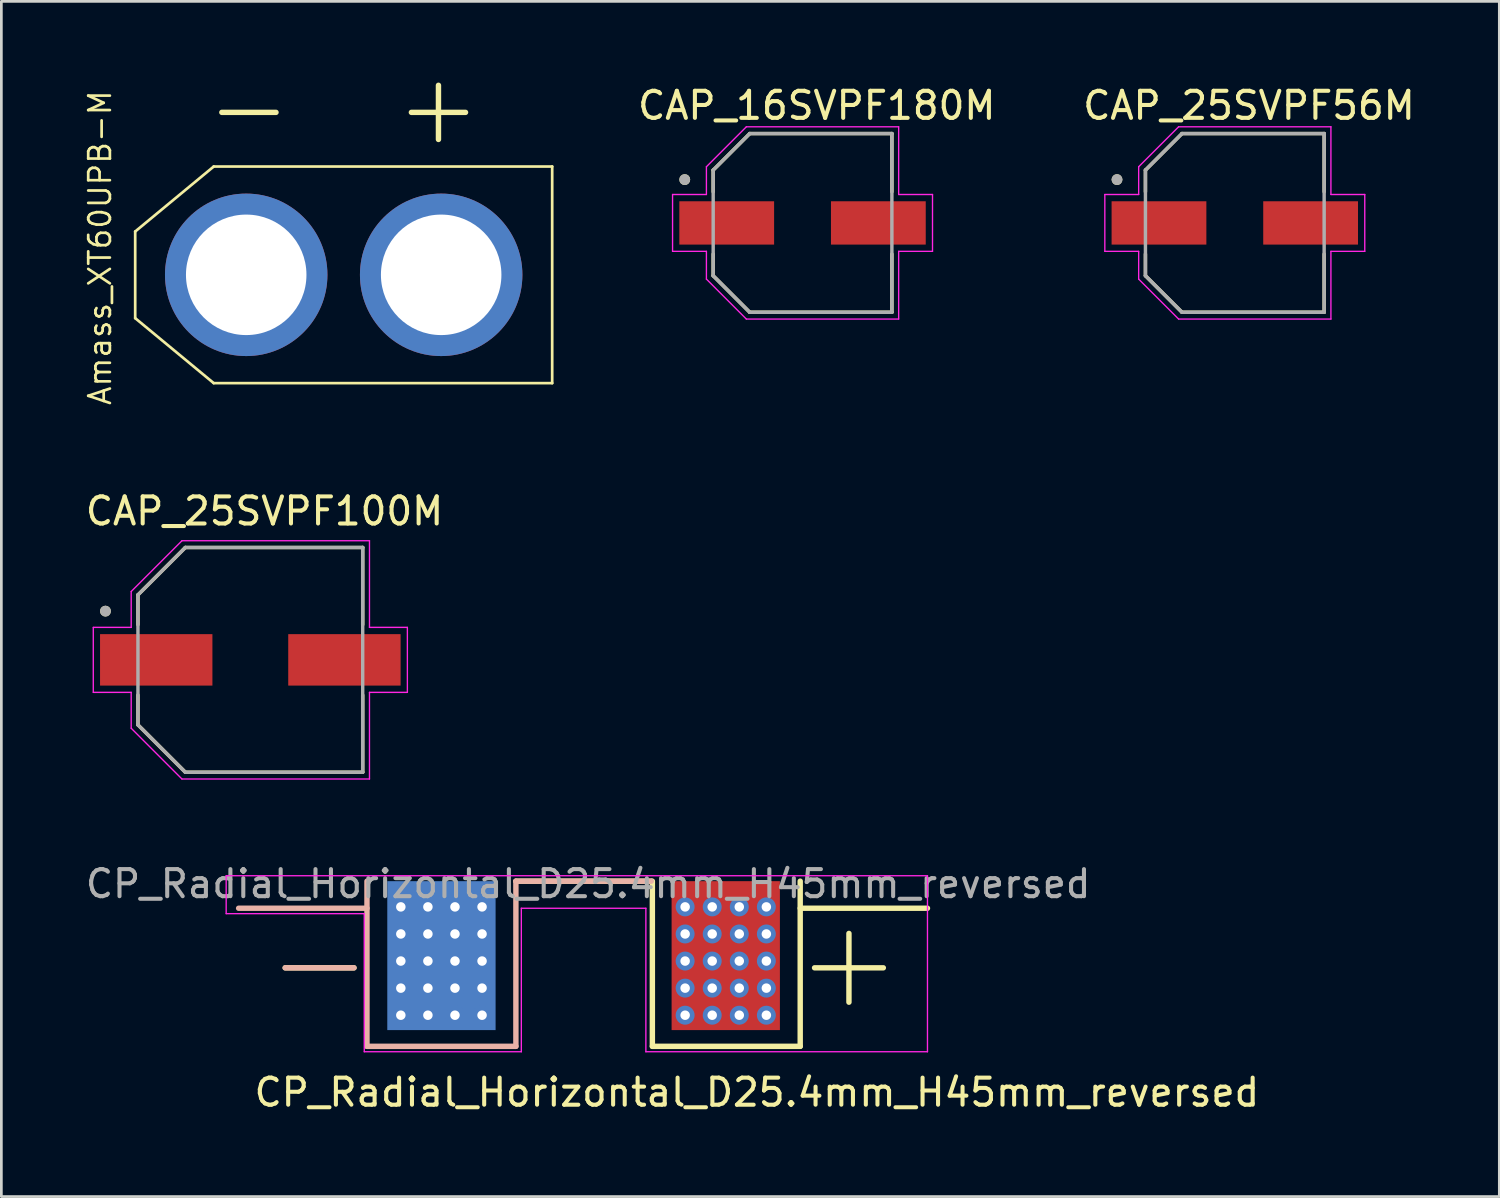
<source format=kicad_pcb>
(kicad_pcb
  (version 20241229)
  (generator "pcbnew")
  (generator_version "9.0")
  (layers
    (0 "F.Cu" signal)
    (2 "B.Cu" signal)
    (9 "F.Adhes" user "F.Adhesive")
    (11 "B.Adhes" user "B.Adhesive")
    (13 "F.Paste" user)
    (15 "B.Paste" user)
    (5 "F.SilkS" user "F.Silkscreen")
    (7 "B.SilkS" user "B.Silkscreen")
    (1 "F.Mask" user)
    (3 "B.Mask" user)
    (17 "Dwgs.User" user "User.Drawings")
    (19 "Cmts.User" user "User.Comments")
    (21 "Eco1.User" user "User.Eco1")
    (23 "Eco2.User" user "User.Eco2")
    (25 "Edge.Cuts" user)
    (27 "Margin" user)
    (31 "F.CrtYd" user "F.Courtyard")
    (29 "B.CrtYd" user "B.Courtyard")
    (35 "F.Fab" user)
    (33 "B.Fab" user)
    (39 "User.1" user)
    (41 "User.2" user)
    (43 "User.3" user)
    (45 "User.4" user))
  (footprint "Amass_XT60UPB-M"
    (layer "F.Cu")
    (at 9.643 7.1)
    (property "Reference" "Amass_XT60UPB-M" (at -9 -1 90) (layer "F.SilkS") (effects (font (size 0.8 0.8) (thickness 0.1))))
    (attr through_hole)
    (fp_line (start -7.7 -1.6) (end -7.7 1.6) (stroke (width 0.1) (type default)) (layer "F.SilkS"))
    (fp_line (start -4.8 -4) (end -7.7 -1.6) (stroke (width 0.1) (type default)) (layer "F.SilkS"))
    (fp_line (start -4.8 4) (end -7.7 1.6) (stroke (width 0.1) (type default)) (layer "F.SilkS"))
    (fp_line (start -4.5 -6) (end -2.5 -6) (stroke (width 0.2) (type solid)) (layer "F.SilkS"))
    (fp_line (start 2.5 -6) (end 4.5 -6) (stroke (width 0.2) (type solid)) (layer "F.SilkS"))
    (fp_line (start 3.5 -7) (end 3.5 -5) (stroke (width 0.2) (type solid)) (layer "F.SilkS"))
    (fp_line (start 7.7 -4) (end -4.8 -4) (stroke (width 0.1) (type default)) (layer "F.SilkS"))
    (fp_line (start 7.7 -4) (end 7.7 4) (stroke (width 0.1) (type default)) (layer "F.SilkS"))
    (fp_line (start 7.7 4) (end -4.8 4) (stroke (width 0.1) (type default)) (layer "F.SilkS"))
    (pad "1" thru_hole circle (at -3.6 0) (size 6 6) (drill 4.45) (layers "*.Cu" "*.Mask"))
    (pad "2" thru_hole circle (at 3.6 0) (size 6 6) (drill 4.45) (layers "*.Cu" "*.Mask")))
  (footprint "CP_Radial_Horizontal_D25.4mm_H45mm_reversed"
    (layer "F.Cu")
    (at 18.503 29.293)
    (property "Reference" "CP_Radial_Horizontal_D25.4mm_H45mm_reversed" (at 6.4 8 0) (layer "F.SilkS") (effects (font (size 1 1) (thickness 0.15))))
    (attr through_hole)
    (fp_line (start -11.02 3.4) (end -8.48 3.4) (stroke (width 0.2) (type default)) (layer "F.SilkS"))
    (fp_line (start 0 0.2) (end -2.5 0.2) (stroke (width 0.2) (type default)) (layer "F.SilkS"))
    (fp_line (start 2.5 0.2) (end 0 0.2) (stroke (width 0.2) (type default)) (layer "F.SilkS"))
    (fp_line (start 2.54 0.2) (end 2.54 6.3) (stroke (width 0.2) (type default)) (layer "F.SilkS"))
    (fp_line (start 8 0.2) (end 8 6.3) (stroke (width 0.2) (type default)) (layer "F.SilkS"))
    (fp_line (start 8 6.3) (end 2.54 6.3) (stroke (width 0.2) (type default)) (layer "F.SilkS"))
    (fp_line (start 9.8 2.13) (end 9.8 4.67) (stroke (width 0.2) (type default)) (layer "F.SilkS"))
    (fp_line (start 11.07 3.4) (end 8.53 3.4) (stroke (width 0.2) (type default)) (layer "F.SilkS"))
    (fp_line (start 12.7 1.2) (end 8 1.2) (stroke (width 0.2) (type default)) (layer "F.SilkS"))
    (fp_line (start -11.02 3.4) (end -8.48 3.4) (stroke (width 0.2) (type default)) (layer "B.SilkS"))
    (fp_line (start -8 0.2) (end -8 6.3) (stroke (width 0.2) (type default)) (layer "B.SilkS"))
    (fp_line (start -8 1.2) (end -12.74 1.2) (stroke (width 0.2) (type default)) (layer "B.SilkS"))
    (fp_line (start -2.5 0.2) (end -2.5 6.3) (stroke (width 0.2) (type default)) (layer "B.SilkS"))
    (fp_line (start -2.5 6.3) (end -8 6.3) (stroke (width 0.2) (type default)) (layer "B.SilkS"))
    (fp_line (start 0 0.2) (end -2.5 0.2) (stroke (width 0.2) (type default)) (layer "B.SilkS"))
    (fp_line (start 0 0.2) (end 2.5 0.2) (stroke (width 0.2) (type default)) (layer "B.SilkS"))
    (fp_line (start -13.2 0) (end 12.7 0) (stroke (width 0.05) (type default)) (layer "F.CrtYd"))
    (fp_line (start -13.2 1.4) (end -13.2 0) (stroke (width 0.05) (type default)) (layer "F.CrtYd"))
    (fp_line (start -13.2 1.4) (end -8.1 1.4) (stroke (width 0.05) (type default)) (layer "F.CrtYd"))
    (fp_line (start -8.1 6.5) (end -8.1 1.4) (stroke (width 0.05) (type default)) (layer "F.CrtYd"))
    (fp_line (start -2.3 1.2) (end 2.3 1.2) (stroke (width 0.05) (type default)) (layer "F.CrtYd"))
    (fp_line (start -2.3 6.5) (end -8.1 6.5) (stroke (width 0.05) (type default)) (layer "F.CrtYd"))
    (fp_line (start -2.3 6.5) (end -2.3 1.2) (stroke (width 0.05) (type default)) (layer "F.CrtYd"))
    (fp_line (start 2.3 6.5) (end 2.3 1.2) (stroke (width 0.05) (type default)) (layer "F.CrtYd"))
    (fp_line (start 12.7 0) (end 12.7 6.5) (stroke (width 0.05) (type default)) (layer "F.CrtYd"))
    (fp_line (start 12.7 6.5) (end 2.3 6.5) (stroke (width 0.05) (type default)) (layer "F.CrtYd"))
    (fp_line (start -8.2 0) (end -8.2 1) (stroke (width 0.1) (type default)) (layer "User.1"))
    (fp_line (start -8.2 1) (end -13.4 1) (stroke (width 0.1) (type default)) (layer "User.1"))
    (fp_line (start 8.2 0) (end -8.2 0) (stroke (width 0.1) (type default)) (layer "User.1"))
    (fp_line (start 8.2 0) (end 8.2 1) (stroke (width 0.1) (type default)) (layer "User.1"))
    (fp_line (start 13.4 1) (end 8.2 1) (stroke (width 0.1) (type default)) (layer "User.1"))
    (fp_text user "${REFERENCE}" (at 0.17 0.3 0) (layer "F.Fab") (effects (font (size 1 1) (thickness 0.15))))
    (pad "1" thru_hole circle (at 3.75 1.15) (size 0.7 0.7) (drill 0.35) (property pad_prop_heatsink) (layers "*.Cu"))
    (pad "1" thru_hole circle (at 3.75 2.15) (size 0.7 0.7) (drill 0.35) (property pad_prop_heatsink) (layers "*.Cu"))
    (pad "1" thru_hole circle (at 3.75 3.15) (size 0.7 0.7) (drill 0.35) (property pad_prop_heatsink) (layers "*.Cu"))
    (pad "1" thru_hole circle (at 3.75 4.15) (size 0.7 0.7) (drill 0.35) (property pad_prop_heatsink) (layers "*.Cu"))
    (pad "1" thru_hole circle (at 3.75 5.15) (size 0.7 0.7) (drill 0.35) (property pad_prop_heatsink) (layers "*.Cu"))
    (pad "1" thru_hole circle (at 4.75 1.15) (size 0.7 0.7) (drill 0.35) (property pad_prop_heatsink) (layers "*.Cu"))
    (pad "1" thru_hole circle (at 4.75 2.15) (size 0.7 0.7) (drill 0.35) (property pad_prop_heatsink) (layers "*.Cu"))
    (pad "1" thru_hole circle (at 4.75 3.15) (size 0.7 0.7) (drill 0.35) (property pad_prop_heatsink) (layers "*.Cu"))
    (pad "1" thru_hole circle (at 4.75 4.15) (size 0.7 0.7) (drill 0.35) (property pad_prop_heatsink) (layers "*.Cu"))
    (pad "1" thru_hole circle (at 4.75 5.15) (size 0.7 0.7) (drill 0.35) (property pad_prop_heatsink) (layers "*.Cu"))
    (pad "1" connect rect (at 5.25 2.95) (size 4 5.5) (layers "F.Cu" "F.Mask"))
    (pad "1" thru_hole circle (at 5.75 1.15) (size 0.7 0.7) (drill 0.35) (property pad_prop_heatsink) (layers "*.Cu"))
    (pad "1" thru_hole circle (at 5.75 2.15) (size 0.7 0.7) (drill 0.35) (property pad_prop_heatsink) (layers "*.Cu"))
    (pad "1" thru_hole circle (at 5.75 3.15) (size 0.7 0.7) (drill 0.35) (property pad_prop_heatsink) (layers "*.Cu"))
    (pad "1" thru_hole circle (at 5.75 4.15) (size 0.7 0.7) (drill 0.35) (property pad_prop_heatsink) (layers "*.Cu"))
    (pad "1" thru_hole circle (at 5.75 5.15) (size 0.7 0.7) (drill 0.35) (property pad_prop_heatsink) (layers "*.Cu"))
    (pad "1" thru_hole circle (at 6.75 1.15) (size 0.7 0.7) (drill 0.35) (property pad_prop_heatsink) (layers "*.Cu"))
    (pad "1" thru_hole circle (at 6.75 2.15) (size 0.7 0.7) (drill 0.35) (property pad_prop_heatsink) (layers "*.Cu"))
    (pad "1" thru_hole circle (at 6.75 3.15) (size 0.7 0.7) (drill 0.35) (property pad_prop_heatsink) (layers "*.Cu"))
    (pad "1" thru_hole circle (at 6.75 4.15) (size 0.7 0.7) (drill 0.35) (property pad_prop_heatsink) (layers "*.Cu"))
    (pad "1" thru_hole circle (at 6.75 5.15) (size 0.7 0.7) (drill 0.35) (property pad_prop_heatsink) (layers "*.Cu"))
    (pad "2" thru_hole circle (at -6.75 1.15) (size 0.7 0.7) (drill 0.35) (property pad_prop_heatsink) (layers "*.Cu"))
    (pad "2" thru_hole circle (at -6.75 2.15) (size 0.7 0.7) (drill 0.35) (property pad_prop_heatsink) (layers "*.Cu"))
    (pad "2" thru_hole circle (at -6.75 3.15) (size 0.7 0.7) (drill 0.35) (property pad_prop_heatsink) (layers "*.Cu"))
    (pad "2" thru_hole circle (at -6.75 4.15) (size 0.7 0.7) (drill 0.35) (property pad_prop_heatsink) (layers "*.Cu"))
    (pad "2" thru_hole circle (at -6.75 5.15) (size 0.7 0.7) (drill 0.35) (property pad_prop_heatsink) (layers "*.Cu"))
    (pad "2" thru_hole circle (at -5.75 1.15) (size 0.7 0.7) (drill 0.35) (property pad_prop_heatsink) (layers "*.Cu"))
    (pad "2" thru_hole circle (at -5.75 2.15) (size 0.7 0.7) (drill 0.35) (property pad_prop_heatsink) (layers "*.Cu"))
    (pad "2" thru_hole circle (at -5.75 3.15) (size 0.7 0.7) (drill 0.35) (property pad_prop_heatsink) (layers "*.Cu"))
    (pad "2" thru_hole circle (at -5.75 4.15) (size 0.7 0.7) (drill 0.35) (property pad_prop_heatsink) (layers "*.Cu"))
    (pad "2" thru_hole circle (at -5.75 5.15) (size 0.7 0.7) (drill 0.35) (property pad_prop_heatsink) (layers "*.Cu"))
    (pad "2" connect rect (at -5.25 2.95) (size 4 5.5) (layers "B.Cu" "B.Mask"))
    (pad "2" thru_hole circle (at -4.75 1.15) (size 0.7 0.7) (drill 0.35) (property pad_prop_heatsink) (layers "*.Cu"))
    (pad "2" thru_hole circle (at -4.75 2.15) (size 0.7 0.7) (drill 0.35) (property pad_prop_heatsink) (layers "*.Cu"))
    (pad "2" thru_hole circle (at -4.75 3.15) (size 0.7 0.7) (drill 0.35) (property pad_prop_heatsink) (layers "*.Cu"))
    (pad "2" thru_hole circle (at -4.75 4.15) (size 0.7 0.7) (drill 0.35) (property pad_prop_heatsink) (layers "*.Cu"))
    (pad "2" thru_hole circle (at -4.75 5.15) (size 0.7 0.7) (drill 0.35) (property pad_prop_heatsink) (layers "*.Cu"))
    (pad "2" thru_hole circle (at -3.75 1.15) (size 0.7 0.7) (drill 0.35) (property pad_prop_heatsink) (layers "*.Cu"))
    (pad "2" thru_hole circle (at -3.75 2.15) (size 0.7 0.7) (drill 0.35) (property pad_prop_heatsink) (layers "*.Cu"))
    (pad "2" thru_hole circle (at -3.75 3.15) (size 0.7 0.7) (drill 0.35) (property pad_prop_heatsink) (layers "*.Cu"))
    (pad "2" thru_hole circle (at -3.75 4.15) (size 0.7 0.7) (drill 0.35) (property pad_prop_heatsink) (layers "*.Cu"))
    (pad "2" thru_hole circle (at -3.75 5.15) (size 0.7 0.7) (drill 0.35) (property pad_prop_heatsink) (layers "*.Cu")))
  (footprint "CAP_25SVPF100M"
    (layer "F.Cu")
    (at 6.195 21.32)
    (property "Reference" "CAP_25SVPF100M" (at 0.525 -5.492 0) (layer "F.SilkS") (effects (font (size 1 1) (thickness 0.15))))
    (attr smd)
    (fp_line (start -4.15 -2.4) (end -2.4 -4.15) (stroke (width 0.127) (type solid)) (layer "F.SilkS"))
    (fp_line (start -4.15 -1.3) (end -4.15 -2.4) (stroke (width 0.127) (type solid)) (layer "F.SilkS"))
    (fp_line (start -4.15 1.3) (end -4.15 2.4) (stroke (width 0.127) (type solid)) (layer "F.SilkS"))
    (fp_line (start -4.15 2.4) (end -2.4 4.15) (stroke (width 0.127) (type solid)) (layer "F.SilkS"))
    (fp_line (start -2.4 -4.15) (end 4.15 -4.15) (stroke (width 0.127) (type solid)) (layer "F.SilkS"))
    (fp_line (start -2.4 4.15) (end 4.15 4.15) (stroke (width 0.127) (type solid)) (layer "F.SilkS"))
    (fp_line (start 4.15 -4.15) (end 4.15 -1.3) (stroke (width 0.127) (type solid)) (layer "F.SilkS"))
    (fp_line (start 4.15 4.15) (end 4.15 1.3) (stroke (width 0.127) (type solid)) (layer "F.SilkS"))
    (fp_circle (center -5.35 -1.8) (end -5.25 -1.8) (stroke (width 0.2) (type solid)) (fill no) (layer "F.SilkS"))
    (fp_line (start -5.8 -1.2) (end -4.4 -1.2) (stroke (width 0.05) (type solid)) (layer "F.CrtYd"))
    (fp_line (start -5.8 1.2) (end -5.8 -1.2) (stroke (width 0.05) (type solid)) (layer "F.CrtYd"))
    (fp_line (start -4.4 -2.525) (end -2.525 -4.4) (stroke (width 0.05) (type solid)) (layer "F.CrtYd"))
    (fp_line (start -4.4 -1.2) (end -4.4 -2.525) (stroke (width 0.05) (type solid)) (layer "F.CrtYd"))
    (fp_line (start -4.4 1.2) (end -5.8 1.2) (stroke (width 0.05) (type solid)) (layer "F.CrtYd"))
    (fp_line (start -4.4 2.525) (end -4.4 1.2) (stroke (width 0.05) (type solid)) (layer "F.CrtYd"))
    (fp_line (start -2.525 -4.4) (end 4.4 -4.4) (stroke (width 0.05) (type solid)) (layer "F.CrtYd"))
    (fp_line (start -2.525 4.4) (end -4.4 2.525) (stroke (width 0.05) (type solid)) (layer "F.CrtYd"))
    (fp_line (start 4.4 -4.4) (end 4.4 -1.2) (stroke (width 0.05) (type solid)) (layer "F.CrtYd"))
    (fp_line (start 4.4 -1.2) (end 5.8 -1.2) (stroke (width 0.05) (type solid)) (layer "F.CrtYd"))
    (fp_line (start 4.4 1.2) (end 4.4 4.4) (stroke (width 0.05) (type solid)) (layer "F.CrtYd"))
    (fp_line (start 4.4 4.4) (end -2.525 4.4) (stroke (width 0.05) (type solid)) (layer "F.CrtYd"))
    (fp_line (start 5.8 -1.2) (end 5.8 1.2) (stroke (width 0.05) (type solid)) (layer "F.CrtYd"))
    (fp_line (start 5.8 1.2) (end 4.4 1.2) (stroke (width 0.05) (type solid)) (layer "F.CrtYd"))
    (fp_line (start -4.15 -2.4) (end -2.4 -4.15) (stroke (width 0.127) (type solid)) (layer "F.Fab"))
    (fp_line (start -4.15 2.4) (end -4.15 -2.4) (stroke (width 0.127) (type solid)) (layer "F.Fab"))
    (fp_line (start -2.4 -4.15) (end 4.15 -4.15) (stroke (width 0.127) (type solid)) (layer "F.Fab"))
    (fp_line (start -2.4 4.15) (end -4.15 2.4) (stroke (width 0.127) (type solid)) (layer "F.Fab"))
    (fp_line (start 4.15 -4.15) (end 4.15 4.15) (stroke (width 0.127) (type solid)) (layer "F.Fab"))
    (fp_line (start 4.15 4.15) (end -2.4 4.15) (stroke (width 0.127) (type solid)) (layer "F.Fab"))
    (fp_circle (center -5.35 -1.8) (end -5.25 -1.8) (stroke (width 0.2) (type solid)) (fill no) (layer "F.Fab"))
    (pad "1" smd rect (at -3.475 0) (size 4.15 1.9) (layers "F.Cu" "F.Mask" "F.Paste"))
    (pad "2" smd rect (at 3.475 0) (size 4.15 1.9) (layers "F.Cu" "F.Mask" "F.Paste")))
  (footprint "CAP_16SVPF180M"
    (layer "F.Cu")
    (at 26.589 5.183)
    (property "Reference" "CAP_16SVPF180M" (at 0.525 -4.335 0) (layer "F.SilkS") (effects (font (size 1 1) (thickness 0.15))))
    (attr smd)
    (fp_line (start -3.3 -1.95) (end -1.95 -3.3) (stroke (width 0.127) (type solid)) (layer "F.SilkS"))
    (fp_line (start -3.3 -1.15) (end -3.3 -1.95) (stroke (width 0.127) (type solid)) (layer "F.SilkS"))
    (fp_line (start -3.3 1.15) (end -3.3 1.95) (stroke (width 0.127) (type solid)) (layer "F.SilkS"))
    (fp_line (start -3.3 1.95) (end -1.95 3.3) (stroke (width 0.127) (type solid)) (layer "F.SilkS"))
    (fp_line (start -1.95 -3.3) (end 3.3 -3.3) (stroke (width 0.127) (type solid)) (layer "F.SilkS"))
    (fp_line (start -1.95 3.3) (end 3.3 3.3) (stroke (width 0.127) (type solid)) (layer "F.SilkS"))
    (fp_line (start 3.3 -3.3) (end 3.3 -1.15) (stroke (width 0.127) (type solid)) (layer "F.SilkS"))
    (fp_line (start 3.3 3.3) (end 3.3 1.15) (stroke (width 0.127) (type solid)) (layer "F.SilkS"))
    (fp_circle (center -4.35 -1.6) (end -4.25 -1.6) (stroke (width 0.2) (type solid)) (fill no) (layer "F.SilkS"))
    (fp_line (start -4.8 -1.05) (end -3.55 -1.05) (stroke (width 0.05) (type solid)) (layer "F.CrtYd"))
    (fp_line (start -4.8 1.05) (end -4.8 -1.05) (stroke (width 0.05) (type solid)) (layer "F.CrtYd"))
    (fp_line (start -3.55 -2.075) (end -2.075 -3.55) (stroke (width 0.05) (type solid)) (layer "F.CrtYd"))
    (fp_line (start -3.55 -1.05) (end -3.55 -2.075) (stroke (width 0.05) (type solid)) (layer "F.CrtYd"))
    (fp_line (start -3.55 1.05) (end -4.8 1.05) (stroke (width 0.05) (type solid)) (layer "F.CrtYd"))
    (fp_line (start -3.55 2.075) (end -3.55 1.05) (stroke (width 0.05) (type solid)) (layer "F.CrtYd"))
    (fp_line (start -2.075 -3.55) (end 3.55 -3.55) (stroke (width 0.05) (type solid)) (layer "F.CrtYd"))
    (fp_line (start -2.075 3.55) (end -3.55 2.075) (stroke (width 0.05) (type solid)) (layer "F.CrtYd"))
    (fp_line (start 3.55 -3.55) (end 3.55 -1.05) (stroke (width 0.05) (type solid)) (layer "F.CrtYd"))
    (fp_line (start 3.55 -1.05) (end 4.8 -1.05) (stroke (width 0.05) (type solid)) (layer "F.CrtYd"))
    (fp_line (start 3.55 1.05) (end 3.55 3.55) (stroke (width 0.05) (type solid)) (layer "F.CrtYd"))
    (fp_line (start 3.55 3.55) (end -2.075 3.55) (stroke (width 0.05) (type solid)) (layer "F.CrtYd"))
    (fp_line (start 4.8 -1.05) (end 4.8 1.05) (stroke (width 0.05) (type solid)) (layer "F.CrtYd"))
    (fp_line (start 4.8 1.05) (end 3.55 1.05) (stroke (width 0.05) (type solid)) (layer "F.CrtYd"))
    (fp_line (start -3.3 -1.95) (end -1.95 -3.3) (stroke (width 0.127) (type solid)) (layer "F.Fab"))
    (fp_line (start -3.3 1.95) (end -3.3 -1.95) (stroke (width 0.127) (type solid)) (layer "F.Fab"))
    (fp_line (start -1.95 -3.3) (end 3.3 -3.3) (stroke (width 0.127) (type solid)) (layer "F.Fab"))
    (fp_line (start -1.95 3.3) (end -3.3 1.95) (stroke (width 0.127) (type solid)) (layer "F.Fab"))
    (fp_line (start 3.3 -3.3) (end 3.3 3.3) (stroke (width 0.127) (type solid)) (layer "F.Fab"))
    (fp_line (start 3.3 3.3) (end -1.95 3.3) (stroke (width 0.127) (type solid)) (layer "F.Fab"))
    (fp_circle (center -4.35 -1.6) (end -4.25 -1.6) (stroke (width 0.2) (type solid)) (fill no) (layer "F.Fab"))
    (pad "1" smd rect (at -2.8 0) (size 3.5 1.6) (layers "F.Cu" "F.Mask" "F.Paste"))
    (pad "2" smd rect (at 2.8 0) (size 3.5 1.6) (layers "F.Cu" "F.Mask" "F.Paste")))
  (footprint "CAP_25SVPF56M"
    (layer "F.Cu")
    (at 42.553 5.183)
    (property "Reference" "CAP_25SVPF56M" (at 0.525 -4.335 0) (layer "F.SilkS") (effects (font (size 1 1) (thickness 0.15))))
    (attr smd)
    (fp_line (start -3.3 -1.95) (end -1.95 -3.3) (stroke (width 0.127) (type solid)) (layer "F.SilkS"))
    (fp_line (start -3.3 -1.15) (end -3.3 -1.95) (stroke (width 0.127) (type solid)) (layer "F.SilkS"))
    (fp_line (start -3.3 1.15) (end -3.3 1.95) (stroke (width 0.127) (type solid)) (layer "F.SilkS"))
    (fp_line (start -3.3 1.95) (end -1.95 3.3) (stroke (width 0.127) (type solid)) (layer "F.SilkS"))
    (fp_line (start -1.95 -3.3) (end 3.3 -3.3) (stroke (width 0.127) (type solid)) (layer "F.SilkS"))
    (fp_line (start -1.95 3.3) (end 3.3 3.3) (stroke (width 0.127) (type solid)) (layer "F.SilkS"))
    (fp_line (start 3.3 -3.3) (end 3.3 -1.15) (stroke (width 0.127) (type solid)) (layer "F.SilkS"))
    (fp_line (start 3.3 3.3) (end 3.3 1.15) (stroke (width 0.127) (type solid)) (layer "F.SilkS"))
    (fp_circle (center -4.35 -1.6) (end -4.25 -1.6) (stroke (width 0.2) (type solid)) (fill no) (layer "F.SilkS"))
    (fp_line (start -4.8 -1.05) (end -3.55 -1.05) (stroke (width 0.05) (type solid)) (layer "F.CrtYd"))
    (fp_line (start -4.8 1.05) (end -4.8 -1.05) (stroke (width 0.05) (type solid)) (layer "F.CrtYd"))
    (fp_line (start -3.55 -2.075) (end -2.075 -3.55) (stroke (width 0.05) (type solid)) (layer "F.CrtYd"))
    (fp_line (start -3.55 -1.05) (end -3.55 -2.075) (stroke (width 0.05) (type solid)) (layer "F.CrtYd"))
    (fp_line (start -3.55 1.05) (end -4.8 1.05) (stroke (width 0.05) (type solid)) (layer "F.CrtYd"))
    (fp_line (start -3.55 2.075) (end -3.55 1.05) (stroke (width 0.05) (type solid)) (layer "F.CrtYd"))
    (fp_line (start -2.075 -3.55) (end 3.55 -3.55) (stroke (width 0.05) (type solid)) (layer "F.CrtYd"))
    (fp_line (start -2.075 3.55) (end -3.55 2.075) (stroke (width 0.05) (type solid)) (layer "F.CrtYd"))
    (fp_line (start 3.55 -3.55) (end 3.55 -1.05) (stroke (width 0.05) (type solid)) (layer "F.CrtYd"))
    (fp_line (start 3.55 -1.05) (end 4.8 -1.05) (stroke (width 0.05) (type solid)) (layer "F.CrtYd"))
    (fp_line (start 3.55 1.05) (end 3.55 3.55) (stroke (width 0.05) (type solid)) (layer "F.CrtYd"))
    (fp_line (start 3.55 3.55) (end -2.075 3.55) (stroke (width 0.05) (type solid)) (layer "F.CrtYd"))
    (fp_line (start 4.8 -1.05) (end 4.8 1.05) (stroke (width 0.05) (type solid)) (layer "F.CrtYd"))
    (fp_line (start 4.8 1.05) (end 3.55 1.05) (stroke (width 0.05) (type solid)) (layer "F.CrtYd"))
    (fp_line (start -3.3 -1.95) (end -1.95 -3.3) (stroke (width 0.127) (type solid)) (layer "F.Fab"))
    (fp_line (start -3.3 1.95) (end -3.3 -1.95) (stroke (width 0.127) (type solid)) (layer "F.Fab"))
    (fp_line (start -1.95 -3.3) (end 3.3 -3.3) (stroke (width 0.127) (type solid)) (layer "F.Fab"))
    (fp_line (start -1.95 3.3) (end -3.3 1.95) (stroke (width 0.127) (type solid)) (layer "F.Fab"))
    (fp_line (start 3.3 -3.3) (end 3.3 3.3) (stroke (width 0.127) (type solid)) (layer "F.Fab"))
    (fp_line (start 3.3 3.3) (end -1.95 3.3) (stroke (width 0.127) (type solid)) (layer "F.Fab"))
    (fp_circle (center -4.35 -1.6) (end -4.25 -1.6) (stroke (width 0.2) (type solid)) (fill no) (layer "F.Fab"))
    (pad "1" smd rect (at -2.8 0) (size 3.5 1.6) (layers "F.Cu" "F.Mask" "F.Paste"))
    (pad "2" smd rect (at 2.8 0) (size 3.5 1.6) (layers "F.Cu" "F.Mask" "F.Paste")))
  (gr_rect
    (start -3 -3)
    (end 52.322 41.141)
    (stroke (width 0.1) (type default))
    (fill no)
    (layer "Edge.Cuts")))
</source>
